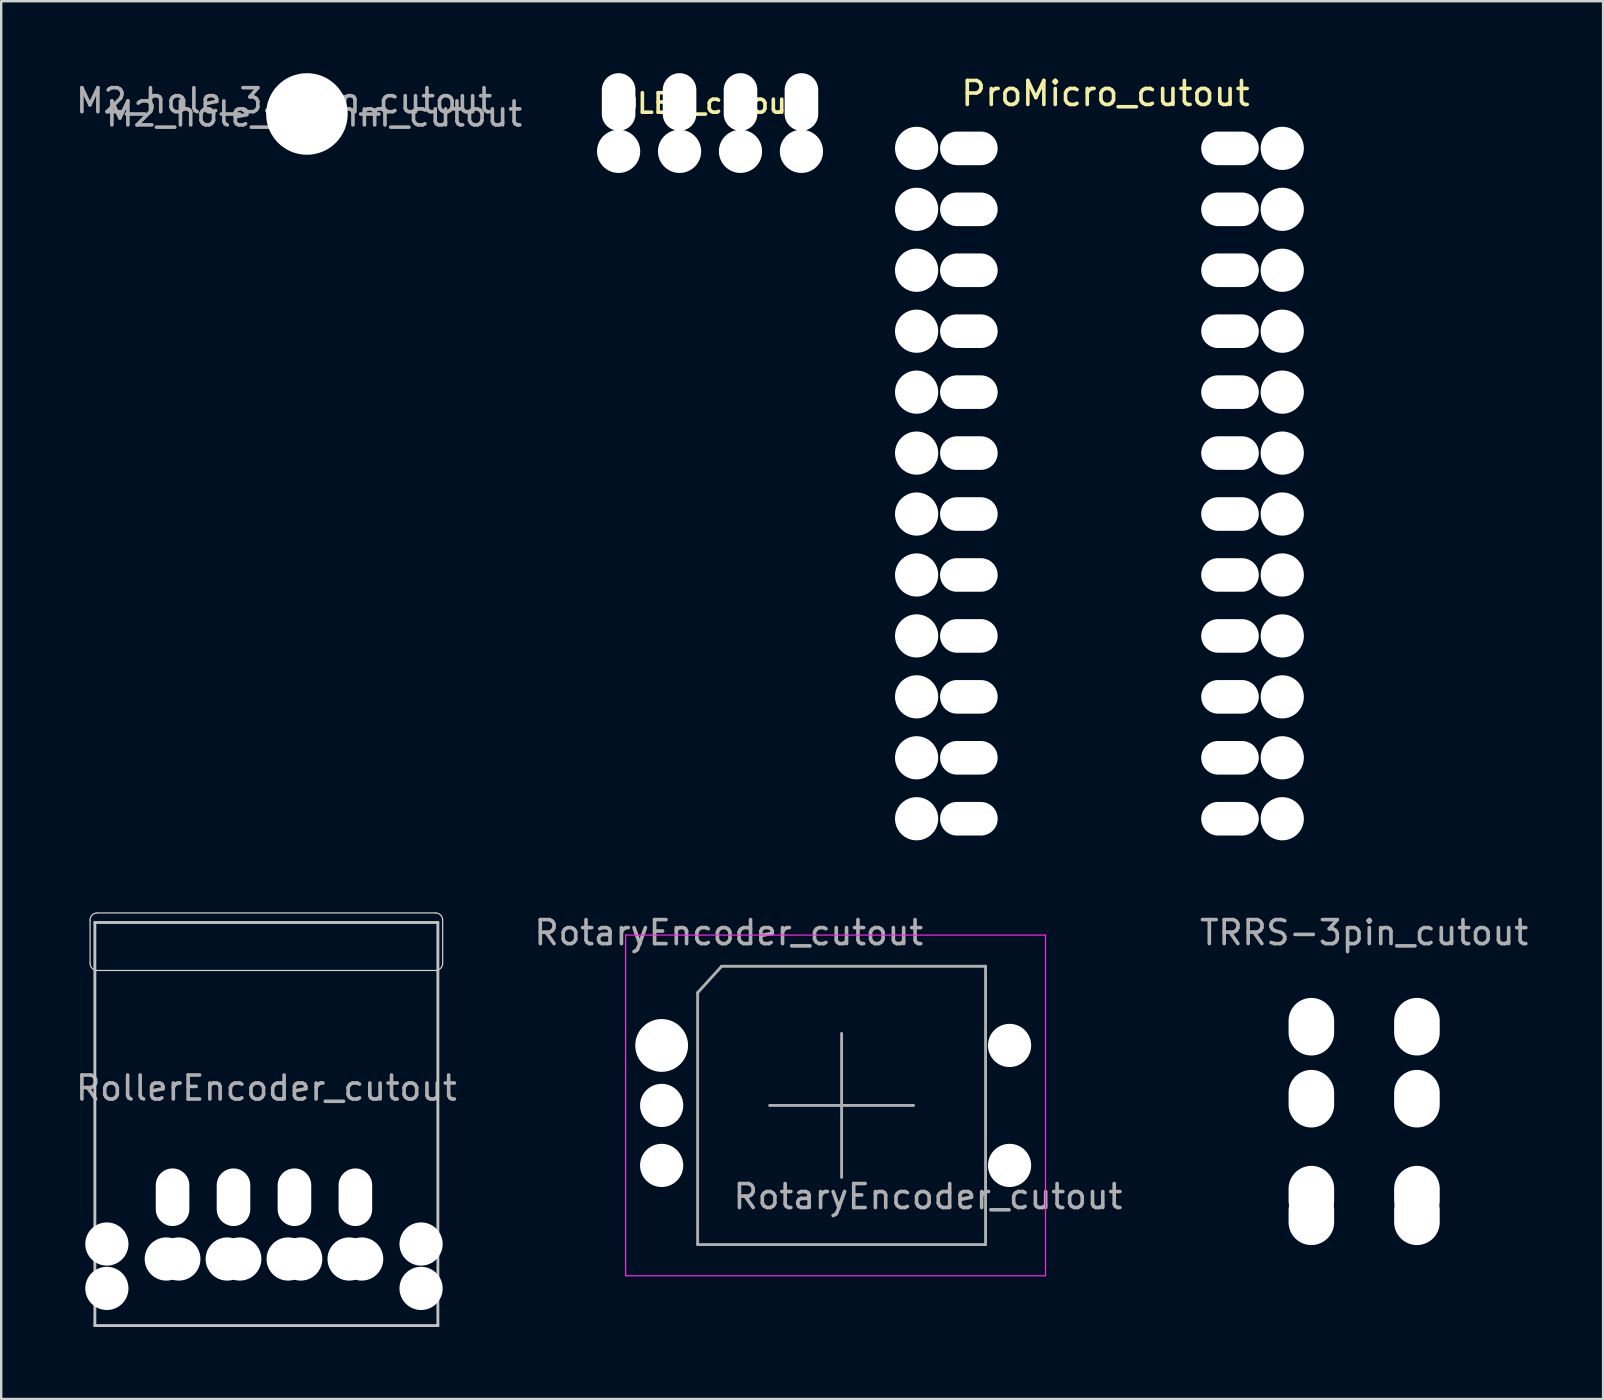
<source format=kicad_pcb>
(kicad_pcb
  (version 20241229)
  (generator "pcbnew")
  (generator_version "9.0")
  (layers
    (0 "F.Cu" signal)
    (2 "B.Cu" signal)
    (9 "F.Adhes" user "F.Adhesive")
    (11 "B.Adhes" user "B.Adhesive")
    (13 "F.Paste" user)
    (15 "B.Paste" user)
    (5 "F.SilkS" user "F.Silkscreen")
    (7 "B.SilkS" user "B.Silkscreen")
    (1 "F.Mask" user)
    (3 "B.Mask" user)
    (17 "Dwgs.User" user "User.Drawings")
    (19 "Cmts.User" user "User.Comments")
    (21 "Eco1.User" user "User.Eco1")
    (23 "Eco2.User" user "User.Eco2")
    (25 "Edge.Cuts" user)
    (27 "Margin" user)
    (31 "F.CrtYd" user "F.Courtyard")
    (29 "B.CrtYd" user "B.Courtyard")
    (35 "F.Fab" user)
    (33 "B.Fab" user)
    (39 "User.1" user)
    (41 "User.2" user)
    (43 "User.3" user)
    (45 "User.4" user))
  (footprint "TRRS-3pin_cutout"
    (layer "F.Cu")
    (at 53.806 36.542)
    (property "Reference" "TRRS-3pin_cutout" (at 0 -0.72 180) (layer "F.Fab") (effects (font (size 1 1) (thickness 0.15))))
    (pad "" np_thru_hole oval (at -2.2 3.2 180) (size 1.9 2.4) (drill oval 1.9 2.4) (layers "*.Cu" "*.Mask"))
    (pad "" np_thru_hole oval (at -2.2 6.2 180) (size 1.9 2.4) (drill oval 1.9 2.4) (layers "*.Cu" "*.Mask"))
    (pad "" np_thru_hole oval (at -2.2 10.2 180) (size 1.9 2.4) (drill oval 1.9 2.4) (layers "*.Cu" "*.Mask"))
    (pad "" np_thru_hole oval (at -2.2 11.1 180) (size 1.9 2.4) (drill oval 1.9 2.4) (layers "*.Cu" "*.Mask"))
    (pad "" np_thru_hole oval (at 2.2 3.2) (size 1.9 2.4) (drill oval 1.9 2.4) (layers "*.Cu" "*.Mask"))
    (pad "" np_thru_hole oval (at 2.2 6.2) (size 1.9 2.4) (drill oval 1.9 2.4) (layers "*.Cu" "*.Mask"))
    (pad "" np_thru_hole oval (at 2.2 10.2 180) (size 1.9 2.4) (drill oval 1.9 2.4) (layers "*.Cu" "*.Mask"))
    (pad "" np_thru_hole oval (at 2.2 11.1 180) (size 1.9 2.4) (drill oval 1.9 2.4) (layers "*.Cu" "*.Mask")))
  (footprint "OLED_cutout"
    (layer "F.Cu")
    (at 22.733 3.258)
    (property "Reference" "OLED_cutout" (at 3.7 -2 0) (layer "F.SilkS") (effects (font (size 0.813 0.813) (thickness 0.15))))
    (attr through_hole)
    (pad "" np_thru_hole oval (at 0 -2.058 270) (size 2.4 1.4) (drill oval 2.4 1.4) (layers "*.Cu" "*.Mask"))
    (pad "" np_thru_hole circle (at 0 0) (size 1.8 1.8) (drill 1.8) (layers "*.Cu" "*.Mask"))
    (pad "" np_thru_hole oval (at 2.54 -2.058 270) (size 2.4 1.4) (drill oval 2.4 1.4) (layers "*.Cu" "*.Mask"))
    (pad "" np_thru_hole circle (at 2.54 0) (size 1.8 1.8) (drill 1.8) (layers "*.Cu" "*.Mask"))
    (pad "" np_thru_hole oval (at 5.08 -2.058 270) (size 2.4 1.4) (drill oval 2.4 1.4) (layers "*.Cu" "*.Mask"))
    (pad "" np_thru_hole circle (at 5.08 0) (size 1.8 1.8) (drill 1.8) (layers "*.Cu" "*.Mask"))
    (pad "" np_thru_hole oval (at 7.62 -2.058 270) (size 2.4 1.4) (drill oval 2.4 1.4) (layers "*.Cu" "*.Mask"))
    (pad "" np_thru_hole circle (at 7.62 0) (size 1.8 1.8) (drill 1.8) (layers "*.Cu" "*.Mask")))
  (footprint "RollerEncoder_cutout"
    (layer "F.Cu")
    (at 7.952 43.799)
    (property "Reference" "RollerEncoder_cutout" (at 0.102 -1.5 0) (layer "F.Fab") (effects (font (size 1 1) (thickness 0.15))))
    (attr through_hole)
    (fp_line (start -7.048 -8.4) (end -7.048 8.4) (stroke (width 0.12) (type solid)) (layer "Dwgs.User"))
    (fp_line (start -7.048 -8.4) (end 7.248 -8.4) (stroke (width 0.12) (type solid)) (layer "Dwgs.User"))
    (fp_line (start 7.248 -8.4) (end 7.248 8.4) (stroke (width 0.12) (type solid)) (layer "Dwgs.User"))
    (fp_line (start 7.248 8.4) (end -7.048 8.4) (stroke (width 0.12) (type solid)) (layer "Dwgs.User"))
    (fp_line (start -7.248 -6.7) (end -7.248 -8.5) (stroke (width 0.05) (type solid)) (layer "Edge.Cuts"))
    (fp_line (start -6.952 -6.4) (end 7.148 -6.4) (stroke (width 0.05) (type solid)) (layer "Edge.Cuts"))
    (fp_line (start 7.148 -8.8) (end -6.948 -8.8) (stroke (width 0.05) (type solid)) (layer "Edge.Cuts"))
    (fp_line (start 7.448 -6.7) (end 7.448 -8.5) (stroke (width 0.05) (type solid)) (layer "Edge.Cuts"))
    (fp_arc (start -7.248 -8.5) (mid -7.160132 -8.712132) (end -6.948 -8.8) (stroke (width 0.05) (type solid)) (layer "Edge.Cuts"))
    (fp_arc (start -6.948 -6.4) (mid -7.160132 -6.487868) (end -7.248 -6.7) (stroke (width 0.05) (type solid)) (layer "Edge.Cuts"))
    (fp_arc (start 7.148 -8.8) (mid 7.360132 -8.712132) (end 7.448 -8.5) (stroke (width 0.05) (type solid)) (layer "Edge.Cuts"))
    (fp_arc (start 7.448 -6.7) (mid 7.360132 -6.487868) (end 7.148 -6.4) (stroke (width 0.05) (type solid)) (layer "Edge.Cuts"))
    (pad "" np_thru_hole oval (at -6.548 5 90) (size 1.8 1.8) (drill oval 1.8) (layers "*.Cu" "*.Mask"))
    (pad "" np_thru_hole circle (at -6.548 6.85 90) (size 1.8 1.8) (drill 1.8) (layers "*.Cu" "*.Mask"))
    (pad "" np_thru_hole oval (at -4.072 5.625 90) (size 1.8 1.8) (drill oval 1.8) (layers "*.Cu" "*.Mask"))
    (pad "" np_thru_hole oval (at -3.81 3.05 270) (size 2.4 1.4) (drill oval 2.4 1.4) (layers "*.Cu" "*.Mask"))
    (pad "" np_thru_hole oval (at -3.548 5.625 270) (size 1.8 1.8) (drill oval 1.8) (layers "*.Cu" "*.Mask"))
    (pad "" np_thru_hole oval (at -1.532 5.625 90) (size 1.8 1.8) (drill oval 1.8) (layers "*.Cu" "*.Mask"))
    (pad "" np_thru_hole oval (at -1.27 3.05 270) (size 2.4 1.4) (drill oval 2.4 1.4) (layers "*.Cu" "*.Mask"))
    (pad "" np_thru_hole circle (at -1.008 5.625 270) (size 1.8 1.8) (drill 1.8) (layers "*.Cu" "*.Mask"))
    (pad "" np_thru_hole oval (at 1.008 5.625 90) (size 1.8 1.8) (drill oval 1.8) (layers "*.Cu" "*.Mask"))
    (pad "" np_thru_hole oval (at 1.27 3.05 270) (size 2.4 1.4) (drill oval 2.4 1.4) (layers "*.Cu" "*.Mask"))
    (pad "" np_thru_hole oval (at 1.532 5.625 270) (size 1.8 1.8) (drill oval 1.8) (layers "*.Cu" "*.Mask"))
    (pad "" np_thru_hole oval (at 3.548 5.625 90) (size 1.8 1.8) (drill oval 1.8) (layers "*.Cu" "*.Mask"))
    (pad "" np_thru_hole oval (at 3.81 3.05 270) (size 2.4 1.4) (drill oval 2.4 1.4) (layers "*.Cu" "*.Mask"))
    (pad "" np_thru_hole oval (at 4.072 5.625 270) (size 1.8 1.8) (drill oval 1.8) (layers "*.Cu" "*.Mask"))
    (pad "" np_thru_hole oval (at 6.548 5 270) (size 1.8 1.8) (drill oval 1.8) (layers "*.Cu" "*.Mask"))
    (pad "" np_thru_hole circle (at 6.548 6.85 270) (size 1.8 1.8) (drill 1.8) (layers "*.Cu" "*.Mask")))
  (footprint "M2_hole_3.5mm_cutout"
    (layer "F.Cu")
    (at 9.742 1.7)
    (property "Reference" "M2_hole_3.5mm_cutout" (at -0.95 -0.55 0) (layer "F.Fab") (effects (font (size 1 1) (thickness 0.15))))
    (attr exclude_from_pos_files exclude_from_bom)
    (fp_text user "${REFERENCE}" (at 0.3 0 0) (layer "F.Fab") (effects (font (size 1 1) (thickness 0.15))))
    (pad "" np_thru_hole circle (at 0 0) (size 3.4 3.4) (drill 3.4) (layers "*.Cu" "*.Mask")))
  (footprint "RotaryEncoder_cutout"
    (layer "F.Cu")
    (at 32.027 43.023)
    (property "Reference" "RotaryEncoder_cutout" (at -4.7 -7.2 0) (layer "F.Fab") (effects (font (size 1 1) (thickness 0.15))))
    (attr through_hole)
    (fp_line (start -9 -7.1) (end -9 7.1) (stroke (width 0.05) (type solid)) (layer "F.CrtYd"))
    (fp_line (start -9 -7.1) (end 8.5 -7.1) (stroke (width 0.05) (type solid)) (layer "F.CrtYd"))
    (fp_line (start 8.5 7.1) (end -9 7.1) (stroke (width 0.05) (type solid)) (layer "F.CrtYd"))
    (fp_line (start 8.5 7.1) (end 8.5 -7.1) (stroke (width 0.05) (type solid)) (layer "F.CrtYd"))
    (fp_line (start -6 -4.7) (end -5 -5.8) (stroke (width 0.12) (type solid)) (layer "F.Fab"))
    (fp_line (start -6 5.8) (end -6 -4.7) (stroke (width 0.12) (type solid)) (layer "F.Fab"))
    (fp_line (start -5 -5.8) (end 6 -5.8) (stroke (width 0.12) (type solid)) (layer "F.Fab"))
    (fp_line (start -3 0) (end 3 0) (stroke (width 0.12) (type solid)) (layer "F.Fab"))
    (fp_line (start 0 -3) (end 0 3) (stroke (width 0.12) (type solid)) (layer "F.Fab"))
    (fp_line (start 6 -5.8) (end 6 5.8) (stroke (width 0.12) (type solid)) (layer "F.Fab"))
    (fp_line (start 6 5.8) (end -6 5.8) (stroke (width 0.12) (type solid)) (layer "F.Fab"))
    (fp_text user "${REFERENCE}" (at 3.6 3.8 0) (layer "F.Fab") (effects (font (size 1 1) (thickness 0.15))))
    (pad "" np_thru_hole circle (at -7.5 -2.5) (size 2.2 2.2) (drill 2.2) (layers "*.Cu" "*.Mask"))
    (pad "" np_thru_hole circle (at -7.5 0) (size 1.8 1.8) (drill 1.8) (layers "*.Cu" "*.Mask"))
    (pad "" np_thru_hole circle (at -7.5 2.5) (size 1.8 1.8) (drill 1.8) (layers "*.Cu" "*.Mask"))
    (pad "" np_thru_hole circle (at 7 -2.5) (size 1.8 1.8) (drill 1.8) (layers "*.Cu" "*.Mask"))
    (pad "" np_thru_hole circle (at 7 2.5) (size 1.8 1.8) (drill 1.8) (layers "*.Cu" "*.Mask")))
  (footprint "ProMicro_cutout"
    (layer "F.Cu")
    (at 42.773 17.104)
    (property "Reference" "ProMicro_cutout" (at 0.254 -16.256 0) (layer "F.SilkS") (effects (font (size 1 1) (thickness 0.15))))
    (pad "" np_thru_hole circle (at -7.62 -13.97 270) (size 1.8 1.8) (drill 1.8) (layers "*.Cu" "*.Mask"))
    (pad "" np_thru_hole circle (at -7.62 -11.43 270) (size 1.8 1.8) (drill 1.8) (layers "*.Cu" "*.Mask"))
    (pad "" np_thru_hole circle (at -7.62 -8.89 270) (size 1.8 1.8) (drill 1.8) (layers "*.Cu" "*.Mask"))
    (pad "" np_thru_hole circle (at -7.62 -6.35 270) (size 1.8 1.8) (drill 1.8) (layers "*.Cu" "*.Mask"))
    (pad "" np_thru_hole circle (at -7.62 -3.81 270) (size 1.8 1.8) (drill 1.8) (layers "*.Cu" "*.Mask"))
    (pad "" np_thru_hole circle (at -7.62 -1.27 270) (size 1.8 1.8) (drill 1.8) (layers "*.Cu" "*.Mask"))
    (pad "" np_thru_hole circle (at -7.62 1.27 270) (size 1.8 1.8) (drill 1.8) (layers "*.Cu" "*.Mask"))
    (pad "" np_thru_hole circle (at -7.62 3.81 270) (size 1.8 1.8) (drill 1.8) (layers "*.Cu" "*.Mask"))
    (pad "" np_thru_hole circle (at -7.62 6.35 270) (size 1.8 1.8) (drill 1.8) (layers "*.Cu" "*.Mask"))
    (pad "" np_thru_hole circle (at -7.62 8.89 270) (size 1.8 1.8) (drill 1.8) (layers "*.Cu" "*.Mask"))
    (pad "" np_thru_hole circle (at -7.62 11.43 270) (size 1.8 1.8) (drill 1.8) (layers "*.Cu" "*.Mask"))
    (pad "" np_thru_hole circle (at -7.62 13.97 270) (size 1.8 1.8) (drill 1.8) (layers "*.Cu" "*.Mask"))
    (pad "" np_thru_hole oval (at -5.442 -13.97) (size 2.4 1.4) (drill oval 2.4 1.4) (layers "*.Cu" "*.Mask"))
    (pad "" np_thru_hole oval (at -5.442 -11.43) (size 2.4 1.4) (drill oval 2.4 1.4) (layers "*.Cu" "*.Mask"))
    (pad "" np_thru_hole oval (at -5.442 -8.89) (size 2.4 1.4) (drill oval 2.4 1.4) (layers "*.Cu" "*.Mask"))
    (pad "" np_thru_hole oval (at -5.442 -6.35) (size 2.4 1.4) (drill oval 2.4 1.4) (layers "*.Cu" "*.Mask"))
    (pad "" np_thru_hole oval (at -5.442 -3.81) (size 2.4 1.4) (drill oval 2.4 1.4) (layers "*.Cu" "*.Mask"))
    (pad "" np_thru_hole oval (at -5.442 -1.27) (size 2.4 1.4) (drill oval 2.4 1.4) (layers "*.Cu" "*.Mask"))
    (pad "" np_thru_hole oval (at -5.442 1.27) (size 2.4 1.4) (drill oval 2.4 1.4) (layers "*.Cu" "*.Mask"))
    (pad "" np_thru_hole oval (at -5.442 3.81) (size 2.4 1.4) (drill oval 2.4 1.4) (layers "*.Cu" "*.Mask"))
    (pad "" np_thru_hole oval (at -5.442 6.35) (size 2.4 1.4) (drill oval 2.4 1.4) (layers "*.Cu" "*.Mask"))
    (pad "" np_thru_hole oval (at -5.442 8.89) (size 2.4 1.4) (drill oval 2.4 1.4) (layers "*.Cu" "*.Mask"))
    (pad "" np_thru_hole oval (at -5.442 11.43) (size 2.4 1.4) (drill oval 2.4 1.4) (layers "*.Cu" "*.Mask"))
    (pad "" np_thru_hole oval (at -5.442 13.97) (size 2.4 1.4) (drill oval 2.4 1.4) (layers "*.Cu" "*.Mask"))
    (pad "" np_thru_hole oval (at 5.442 -13.97) (size 2.4 1.4) (drill oval 2.4 1.4) (layers "*.Cu" "*.Mask"))
    (pad "" np_thru_hole oval (at 5.442 -11.43) (size 2.4 1.4) (drill oval 2.4 1.4) (layers "*.Cu" "*.Mask"))
    (pad "" np_thru_hole oval (at 5.442 -8.89) (size 2.4 1.4) (drill oval 2.4 1.4) (layers "*.Cu" "*.Mask"))
    (pad "" np_thru_hole oval (at 5.442 -6.35) (size 2.4 1.4) (drill oval 2.4 1.4) (layers "*.Cu" "*.Mask"))
    (pad "" np_thru_hole oval (at 5.442 -3.81) (size 2.4 1.4) (drill oval 2.4 1.4) (layers "*.Cu" "*.Mask"))
    (pad "" np_thru_hole oval (at 5.442 -1.27) (size 2.4 1.4) (drill oval 2.4 1.4) (layers "*.Cu" "*.Mask"))
    (pad "" np_thru_hole oval (at 5.442 1.27) (size 2.4 1.4) (drill oval 2.4 1.4) (layers "*.Cu" "*.Mask"))
    (pad "" np_thru_hole oval (at 5.442 3.81) (size 2.4 1.4) (drill oval 2.4 1.4) (layers "*.Cu" "*.Mask"))
    (pad "" np_thru_hole oval (at 5.442 6.35) (size 2.4 1.4) (drill oval 2.4 1.4) (layers "*.Cu" "*.Mask"))
    (pad "" np_thru_hole oval (at 5.442 8.89) (size 2.4 1.4) (drill oval 2.4 1.4) (layers "*.Cu" "*.Mask"))
    (pad "" np_thru_hole oval (at 5.442 11.43) (size 2.4 1.4) (drill oval 2.4 1.4) (layers "*.Cu" "*.Mask"))
    (pad "" np_thru_hole oval (at 5.442 13.97) (size 2.4 1.4) (drill oval 2.4 1.4) (layers "*.Cu" "*.Mask"))
    (pad "" np_thru_hole circle (at 7.62 -13.97 270) (size 1.8 1.8) (drill 1.8) (layers "*.Cu" "*.Mask"))
    (pad "" np_thru_hole circle (at 7.62 -11.43 270) (size 1.8 1.8) (drill 1.8) (layers "*.Cu" "*.Mask"))
    (pad "" np_thru_hole circle (at 7.62 -8.89 270) (size 1.8 1.8) (drill 1.8) (layers "*.Cu" "*.Mask"))
    (pad "" np_thru_hole circle (at 7.62 -6.35 270) (size 1.8 1.8) (drill 1.8) (layers "*.Cu" "*.Mask"))
    (pad "" np_thru_hole circle (at 7.62 -3.81 270) (size 1.8 1.8) (drill 1.8) (layers "*.Cu" "*.Mask"))
    (pad "" np_thru_hole circle (at 7.62 -1.27 270) (size 1.8 1.8) (drill 1.8) (layers "*.Cu" "*.Mask"))
    (pad "" np_thru_hole circle (at 7.62 1.27 270) (size 1.8 1.8) (drill 1.8) (layers "*.Cu" "*.Mask"))
    (pad "" np_thru_hole circle (at 7.62 3.81 270) (size 1.8 1.8) (drill 1.8) (layers "*.Cu" "*.Mask"))
    (pad "" np_thru_hole circle (at 7.62 6.35 270) (size 1.8 1.8) (drill 1.8) (layers "*.Cu" "*.Mask"))
    (pad "" np_thru_hole circle (at 7.62 8.89 270) (size 1.8 1.8) (drill 1.8) (layers "*.Cu" "*.Mask"))
    (pad "" np_thru_hole circle (at 7.62 11.43 270) (size 1.8 1.8) (drill 1.8) (layers "*.Cu" "*.Mask"))
    (pad "" np_thru_hole circle (at 7.62 13.97 270) (size 1.8 1.8) (drill 1.8) (layers "*.Cu" "*.Mask")))
  (gr_rect
    (start -3 -3)
    (end 63.764 55.259)
    (stroke (width 0.1) (type default))
    (fill no)
    (layer "Edge.Cuts")))
</source>
